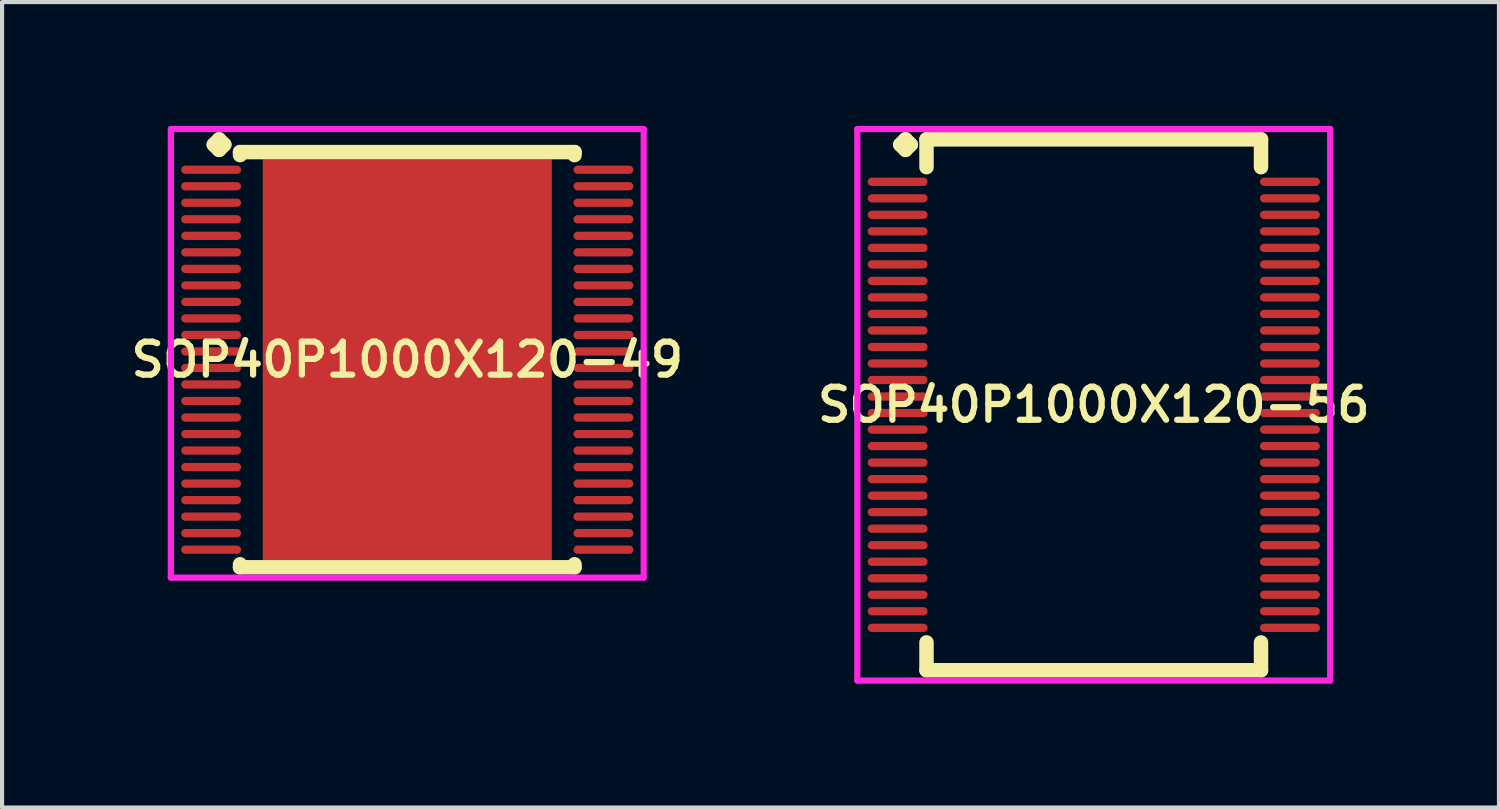
<source format=kicad_pcb>
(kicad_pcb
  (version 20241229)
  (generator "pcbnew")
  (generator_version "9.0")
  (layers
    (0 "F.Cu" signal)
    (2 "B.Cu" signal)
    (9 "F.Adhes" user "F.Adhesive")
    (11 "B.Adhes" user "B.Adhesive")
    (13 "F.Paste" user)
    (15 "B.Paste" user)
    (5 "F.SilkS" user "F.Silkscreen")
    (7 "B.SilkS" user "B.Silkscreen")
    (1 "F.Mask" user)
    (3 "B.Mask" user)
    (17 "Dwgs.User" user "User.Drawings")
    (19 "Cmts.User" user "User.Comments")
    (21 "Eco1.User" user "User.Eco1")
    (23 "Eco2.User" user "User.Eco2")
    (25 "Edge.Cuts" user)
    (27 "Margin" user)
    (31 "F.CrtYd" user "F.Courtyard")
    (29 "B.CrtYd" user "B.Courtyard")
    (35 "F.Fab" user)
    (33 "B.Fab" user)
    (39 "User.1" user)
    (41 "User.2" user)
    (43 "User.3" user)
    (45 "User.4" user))
  (footprint "SOP40P1000X120-49"
    (layer "F.Cu")
    (at 6.812 5.66)
    (property "Reference" "SOP40P1000X120-49" (at 0 0 0) (layer "F.SilkS") (effects (font (size 0.8 0.8) (thickness 0.15))))
    (attr smd)
    (fp_line (start -4.685 -5.208) (end -4.558 -5.335) (stroke (width 0.35) (type solid)) (layer "F.SilkS"))
    (fp_line (start -4.558 -5.335) (end -4.431 -5.208) (stroke (width 0.35) (type solid)) (layer "F.SilkS"))
    (fp_line (start -4.558 -5.081) (end -4.685 -5.208) (stroke (width 0.35) (type solid)) (layer "F.SilkS"))
    (fp_line (start -4.431 -5.208) (end -4.558 -5.081) (stroke (width 0.35) (type solid)) (layer "F.SilkS"))
    (fp_line (start -4.05 -5.027) (end 4.05 -5.027) (stroke (width 0.35) (type solid)) (layer "F.SilkS"))
    (fp_line (start -4.05 -4.954) (end -4.05 -5.027) (stroke (width 0.35) (type solid)) (layer "F.SilkS"))
    (fp_line (start -4.05 4.954) (end -4.05 5.027) (stroke (width 0.35) (type solid)) (layer "F.SilkS"))
    (fp_line (start -4.05 5.027) (end 4.05 5.027) (stroke (width 0.35) (type solid)) (layer "F.SilkS"))
    (fp_line (start 4.05 -5.027) (end 4.05 -4.954) (stroke (width 0.35) (type solid)) (layer "F.SilkS"))
    (fp_line (start 4.05 5.027) (end 4.05 4.954) (stroke (width 0.35) (type solid)) (layer "F.SilkS"))
    (fp_line (start -5.725 -5.585) (end 5.725 -5.585) (stroke (width 0.15) (type solid)) (layer "F.CrtYd"))
    (fp_line (start -5.725 5.277) (end -5.725 -5.585) (stroke (width 0.15) (type solid)) (layer "F.CrtYd"))
    (fp_line (start 5.725 -5.585) (end 5.725 5.277) (stroke (width 0.15) (type solid)) (layer "F.CrtYd"))
    (fp_line (start 5.725 5.277) (end -5.725 5.277) (stroke (width 0.15) (type solid)) (layer "F.CrtYd"))
    (pad "1" smd oval (at -4.75 -4.6) (size 1.45 0.2) (layers "F.Cu" "F.Mask" "F.Paste"))
    (pad "2" smd oval (at -4.75 -4.2) (size 1.45 0.2) (layers "F.Cu" "F.Mask" "F.Paste"))
    (pad "3" smd oval (at -4.75 -3.8) (size 1.45 0.2) (layers "F.Cu" "F.Mask" "F.Paste"))
    (pad "4" smd oval (at -4.75 -3.4) (size 1.45 0.2) (layers "F.Cu" "F.Mask" "F.Paste"))
    (pad "5" smd oval (at -4.75 -3) (size 1.45 0.2) (layers "F.Cu" "F.Mask" "F.Paste"))
    (pad "6" smd oval (at -4.75 -2.6) (size 1.45 0.2) (layers "F.Cu" "F.Mask" "F.Paste"))
    (pad "7" smd oval (at -4.75 -2.2) (size 1.45 0.2) (layers "F.Cu" "F.Mask" "F.Paste"))
    (pad "8" smd oval (at -4.75 -1.8) (size 1.45 0.2) (layers "F.Cu" "F.Mask" "F.Paste"))
    (pad "9" smd oval (at -4.75 -1.4) (size 1.45 0.2) (layers "F.Cu" "F.Mask" "F.Paste"))
    (pad "10" smd oval (at -4.75 -1) (size 1.45 0.2) (layers "F.Cu" "F.Mask" "F.Paste"))
    (pad "11" smd oval (at -4.75 -0.6) (size 1.45 0.2) (layers "F.Cu" "F.Mask" "F.Paste"))
    (pad "12" smd oval (at -4.75 -0.2) (size 1.45 0.2) (layers "F.Cu" "F.Mask" "F.Paste"))
    (pad "13" smd oval (at -4.75 0.2) (size 1.45 0.2) (layers "F.Cu" "F.Mask" "F.Paste"))
    (pad "14" smd oval (at -4.75 0.6) (size 1.45 0.2) (layers "F.Cu" "F.Mask" "F.Paste"))
    (pad "15" smd oval (at -4.75 1) (size 1.45 0.2) (layers "F.Cu" "F.Mask" "F.Paste"))
    (pad "16" smd oval (at -4.75 1.4) (size 1.45 0.2) (layers "F.Cu" "F.Mask" "F.Paste"))
    (pad "17" smd oval (at -4.75 1.8) (size 1.45 0.2) (layers "F.Cu" "F.Mask" "F.Paste"))
    (pad "18" smd oval (at -4.75 2.2) (size 1.45 0.2) (layers "F.Cu" "F.Mask" "F.Paste"))
    (pad "19" smd oval (at -4.75 2.6) (size 1.45 0.2) (layers "F.Cu" "F.Mask" "F.Paste"))
    (pad "20" smd oval (at -4.75 3) (size 1.45 0.2) (layers "F.Cu" "F.Mask" "F.Paste"))
    (pad "21" smd oval (at -4.75 3.4) (size 1.45 0.2) (layers "F.Cu" "F.Mask" "F.Paste"))
    (pad "22" smd oval (at -4.75 3.8) (size 1.45 0.2) (layers "F.Cu" "F.Mask" "F.Paste"))
    (pad "23" smd oval (at -4.75 4.2) (size 1.45 0.2) (layers "F.Cu" "F.Mask" "F.Paste"))
    (pad "24" smd oval (at -4.75 4.6) (size 1.45 0.2) (layers "F.Cu" "F.Mask" "F.Paste"))
    (pad "25" smd oval (at 4.75 4.6) (size 1.45 0.2) (layers "F.Cu" "F.Mask" "F.Paste"))
    (pad "26" smd oval (at 4.75 4.2) (size 1.45 0.2) (layers "F.Cu" "F.Mask" "F.Paste"))
    (pad "27" smd oval (at 4.75 3.8) (size 1.45 0.2) (layers "F.Cu" "F.Mask" "F.Paste"))
    (pad "28" smd oval (at 4.75 3.4) (size 1.45 0.2) (layers "F.Cu" "F.Mask" "F.Paste"))
    (pad "29" smd oval (at 4.75 3) (size 1.45 0.2) (layers "F.Cu" "F.Mask" "F.Paste"))
    (pad "30" smd oval (at 4.75 2.6) (size 1.45 0.2) (layers "F.Cu" "F.Mask" "F.Paste"))
    (pad "31" smd oval (at 4.75 2.2) (size 1.45 0.2) (layers "F.Cu" "F.Mask" "F.Paste"))
    (pad "32" smd oval (at 4.75 1.8) (size 1.45 0.2) (layers "F.Cu" "F.Mask" "F.Paste"))
    (pad "33" smd oval (at 4.75 1.4) (size 1.45 0.2) (layers "F.Cu" "F.Mask" "F.Paste"))
    (pad "34" smd oval (at 4.75 1) (size 1.45 0.2) (layers "F.Cu" "F.Mask" "F.Paste"))
    (pad "35" smd oval (at 4.75 0.6) (size 1.45 0.2) (layers "F.Cu" "F.Mask" "F.Paste"))
    (pad "36" smd oval (at 4.75 0.2) (size 1.45 0.2) (layers "F.Cu" "F.Mask" "F.Paste"))
    (pad "37" smd oval (at 4.75 -0.2) (size 1.45 0.2) (layers "F.Cu" "F.Mask" "F.Paste"))
    (pad "38" smd oval (at 4.75 -0.6) (size 1.45 0.2) (layers "F.Cu" "F.Mask" "F.Paste"))
    (pad "39" smd oval (at 4.75 -1) (size 1.45 0.2) (layers "F.Cu" "F.Mask" "F.Paste"))
    (pad "40" smd oval (at 4.75 -1.4) (size 1.45 0.2) (layers "F.Cu" "F.Mask" "F.Paste"))
    (pad "41" smd oval (at 4.75 -1.8) (size 1.45 0.2) (layers "F.Cu" "F.Mask" "F.Paste"))
    (pad "42" smd oval (at 4.75 -2.2) (size 1.45 0.2) (layers "F.Cu" "F.Mask" "F.Paste"))
    (pad "43" smd oval (at 4.75 -2.6) (size 1.45 0.2) (layers "F.Cu" "F.Mask" "F.Paste"))
    (pad "44" smd oval (at 4.75 -3) (size 1.45 0.2) (layers "F.Cu" "F.Mask" "F.Paste"))
    (pad "45" smd oval (at 4.75 -3.4) (size 1.45 0.2) (layers "F.Cu" "F.Mask" "F.Paste"))
    (pad "46" smd oval (at 4.75 -3.8) (size 1.45 0.2) (layers "F.Cu" "F.Mask" "F.Paste"))
    (pad "47" smd oval (at 4.75 -4.2) (size 1.45 0.2) (layers "F.Cu" "F.Mask" "F.Paste"))
    (pad "48" smd oval (at 4.75 -4.6) (size 1.45 0.2) (layers "F.Cu" "F.Mask" "F.Paste"))
    (pad "49" smd rect (at 0 0) (size 7 9.7) (layers "F.Cu" "F.Mask" "F.Paste")))
  (footprint "SOP40P1000X120-56"
    (layer "F.Cu")
    (at 23.435 6.752)
    (property "Reference" "SOP40P1000X120-56" (at 0 0 0) (layer "F.SilkS") (effects (font (size 0.8 0.8) (thickness 0.15))))
    (attr smd)
    (fp_line (start -4.685 -6.3) (end -4.558 -6.427) (stroke (width 0.35) (type solid)) (layer "F.SilkS"))
    (fp_line (start -4.558 -6.427) (end -4.431 -6.3) (stroke (width 0.35) (type solid)) (layer "F.SilkS"))
    (fp_line (start -4.558 -6.173) (end -4.685 -6.3) (stroke (width 0.35) (type solid)) (layer "F.SilkS"))
    (fp_line (start -4.431 -6.3) (end -4.558 -6.173) (stroke (width 0.35) (type solid)) (layer "F.SilkS"))
    (fp_line (start -4.05 -6.427) (end 4.05 -6.427) (stroke (width 0.35) (type solid)) (layer "F.SilkS"))
    (fp_line (start -4.05 -5.754) (end -4.05 -6.427) (stroke (width 0.35) (type solid)) (layer "F.SilkS"))
    (fp_line (start -4.05 5.754) (end -4.05 6.427) (stroke (width 0.35) (type solid)) (layer "F.SilkS"))
    (fp_line (start -4.05 6.427) (end 4.05 6.427) (stroke (width 0.35) (type solid)) (layer "F.SilkS"))
    (fp_line (start 4.05 -6.427) (end 4.05 -5.754) (stroke (width 0.35) (type solid)) (layer "F.SilkS"))
    (fp_line (start 4.05 6.427) (end 4.05 5.754) (stroke (width 0.35) (type solid)) (layer "F.SilkS"))
    (fp_line (start -5.725 -6.677) (end 5.725 -6.677) (stroke (width 0.15) (type solid)) (layer "F.CrtYd"))
    (fp_line (start -5.725 6.677) (end -5.725 -6.677) (stroke (width 0.15) (type solid)) (layer "F.CrtYd"))
    (fp_line (start 5.725 -6.677) (end 5.725 6.677) (stroke (width 0.15) (type solid)) (layer "F.CrtYd"))
    (fp_line (start 5.725 6.677) (end -5.725 6.677) (stroke (width 0.15) (type solid)) (layer "F.CrtYd"))
    (pad "1" smd oval (at -4.75 -5.4) (size 1.45 0.2) (layers "F.Cu" "F.Mask" "F.Paste"))
    (pad "2" smd oval (at -4.75 -5) (size 1.45 0.2) (layers "F.Cu" "F.Mask" "F.Paste"))
    (pad "3" smd oval (at -4.75 -4.6) (size 1.45 0.2) (layers "F.Cu" "F.Mask" "F.Paste"))
    (pad "4" smd oval (at -4.75 -4.2) (size 1.45 0.2) (layers "F.Cu" "F.Mask" "F.Paste"))
    (pad "5" smd oval (at -4.75 -3.8) (size 1.45 0.2) (layers "F.Cu" "F.Mask" "F.Paste"))
    (pad "6" smd oval (at -4.75 -3.4) (size 1.45 0.2) (layers "F.Cu" "F.Mask" "F.Paste"))
    (pad "7" smd oval (at -4.75 -3) (size 1.45 0.2) (layers "F.Cu" "F.Mask" "F.Paste"))
    (pad "8" smd oval (at -4.75 -2.6) (size 1.45 0.2) (layers "F.Cu" "F.Mask" "F.Paste"))
    (pad "9" smd oval (at -4.75 -2.2) (size 1.45 0.2) (layers "F.Cu" "F.Mask" "F.Paste"))
    (pad "10" smd oval (at -4.75 -1.8) (size 1.45 0.2) (layers "F.Cu" "F.Mask" "F.Paste"))
    (pad "11" smd oval (at -4.75 -1.4) (size 1.45 0.2) (layers "F.Cu" "F.Mask" "F.Paste"))
    (pad "12" smd oval (at -4.75 -1) (size 1.45 0.2) (layers "F.Cu" "F.Mask" "F.Paste"))
    (pad "13" smd oval (at -4.75 -0.6) (size 1.45 0.2) (layers "F.Cu" "F.Mask" "F.Paste"))
    (pad "14" smd oval (at -4.75 -0.2) (size 1.45 0.2) (layers "F.Cu" "F.Mask" "F.Paste"))
    (pad "15" smd oval (at -4.75 0.2) (size 1.45 0.2) (layers "F.Cu" "F.Mask" "F.Paste"))
    (pad "16" smd oval (at -4.75 0.6) (size 1.45 0.2) (layers "F.Cu" "F.Mask" "F.Paste"))
    (pad "17" smd oval (at -4.75 1) (size 1.45 0.2) (layers "F.Cu" "F.Mask" "F.Paste"))
    (pad "18" smd oval (at -4.75 1.4) (size 1.45 0.2) (layers "F.Cu" "F.Mask" "F.Paste"))
    (pad "19" smd oval (at -4.75 1.8) (size 1.45 0.2) (layers "F.Cu" "F.Mask" "F.Paste"))
    (pad "20" smd oval (at -4.75 2.2) (size 1.45 0.2) (layers "F.Cu" "F.Mask" "F.Paste"))
    (pad "21" smd oval (at -4.75 2.6) (size 1.45 0.2) (layers "F.Cu" "F.Mask" "F.Paste"))
    (pad "22" smd oval (at -4.75 3) (size 1.45 0.2) (layers "F.Cu" "F.Mask" "F.Paste"))
    (pad "23" smd oval (at -4.75 3.4) (size 1.45 0.2) (layers "F.Cu" "F.Mask" "F.Paste"))
    (pad "24" smd oval (at -4.75 3.8) (size 1.45 0.2) (layers "F.Cu" "F.Mask" "F.Paste"))
    (pad "25" smd oval (at -4.75 4.2) (size 1.45 0.2) (layers "F.Cu" "F.Mask" "F.Paste"))
    (pad "26" smd oval (at -4.75 4.6) (size 1.45 0.2) (layers "F.Cu" "F.Mask" "F.Paste"))
    (pad "27" smd oval (at -4.75 5) (size 1.45 0.2) (layers "F.Cu" "F.Mask" "F.Paste"))
    (pad "28" smd oval (at -4.75 5.4) (size 1.45 0.2) (layers "F.Cu" "F.Mask" "F.Paste"))
    (pad "29" smd oval (at 4.75 5.4) (size 1.45 0.2) (layers "F.Cu" "F.Mask" "F.Paste"))
    (pad "30" smd oval (at 4.75 5) (size 1.45 0.2) (layers "F.Cu" "F.Mask" "F.Paste"))
    (pad "31" smd oval (at 4.75 4.6) (size 1.45 0.2) (layers "F.Cu" "F.Mask" "F.Paste"))
    (pad "32" smd oval (at 4.75 4.2) (size 1.45 0.2) (layers "F.Cu" "F.Mask" "F.Paste"))
    (pad "33" smd oval (at 4.75 3.8) (size 1.45 0.2) (layers "F.Cu" "F.Mask" "F.Paste"))
    (pad "34" smd oval (at 4.75 3.4) (size 1.45 0.2) (layers "F.Cu" "F.Mask" "F.Paste"))
    (pad "35" smd oval (at 4.75 3) (size 1.45 0.2) (layers "F.Cu" "F.Mask" "F.Paste"))
    (pad "36" smd oval (at 4.75 2.6) (size 1.45 0.2) (layers "F.Cu" "F.Mask" "F.Paste"))
    (pad "37" smd oval (at 4.75 2.2) (size 1.45 0.2) (layers "F.Cu" "F.Mask" "F.Paste"))
    (pad "38" smd oval (at 4.75 1.8) (size 1.45 0.2) (layers "F.Cu" "F.Mask" "F.Paste"))
    (pad "39" smd oval (at 4.75 1.4) (size 1.45 0.2) (layers "F.Cu" "F.Mask" "F.Paste"))
    (pad "40" smd oval (at 4.75 1) (size 1.45 0.2) (layers "F.Cu" "F.Mask" "F.Paste"))
    (pad "41" smd oval (at 4.75 0.6) (size 1.45 0.2) (layers "F.Cu" "F.Mask" "F.Paste"))
    (pad "42" smd oval (at 4.75 0.2) (size 1.45 0.2) (layers "F.Cu" "F.Mask" "F.Paste"))
    (pad "43" smd oval (at 4.75 -0.2) (size 1.45 0.2) (layers "F.Cu" "F.Mask" "F.Paste"))
    (pad "44" smd oval (at 4.75 -0.6) (size 1.45 0.2) (layers "F.Cu" "F.Mask" "F.Paste"))
    (pad "45" smd oval (at 4.75 -1) (size 1.45 0.2) (layers "F.Cu" "F.Mask" "F.Paste"))
    (pad "46" smd oval (at 4.75 -1.4) (size 1.45 0.2) (layers "F.Cu" "F.Mask" "F.Paste"))
    (pad "47" smd oval (at 4.75 -1.8) (size 1.45 0.2) (layers "F.Cu" "F.Mask" "F.Paste"))
    (pad "48" smd oval (at 4.75 -2.2) (size 1.45 0.2) (layers "F.Cu" "F.Mask" "F.Paste"))
    (pad "49" smd oval (at 4.75 -2.6) (size 1.45 0.2) (layers "F.Cu" "F.Mask" "F.Paste"))
    (pad "50" smd oval (at 4.75 -3) (size 1.45 0.2) (layers "F.Cu" "F.Mask" "F.Paste"))
    (pad "51" smd oval (at 4.75 -3.4) (size 1.45 0.2) (layers "F.Cu" "F.Mask" "F.Paste"))
    (pad "52" smd oval (at 4.75 -3.8) (size 1.45 0.2) (layers "F.Cu" "F.Mask" "F.Paste"))
    (pad "53" smd oval (at 4.75 -4.2) (size 1.45 0.2) (layers "F.Cu" "F.Mask" "F.Paste"))
    (pad "54" smd oval (at 4.75 -4.6) (size 1.45 0.2) (layers "F.Cu" "F.Mask" "F.Paste"))
    (pad "55" smd oval (at 4.75 -5) (size 1.45 0.2) (layers "F.Cu" "F.Mask" "F.Paste"))
    (pad "56" smd oval (at 4.75 -5.4) (size 1.45 0.2) (layers "F.Cu" "F.Mask" "F.Paste")))
  (gr_rect
    (start -3 -3)
    (end 33.247 16.504)
    (stroke (width 0.1) (type default))
    (fill no)
    (layer "Edge.Cuts")))
</source>
